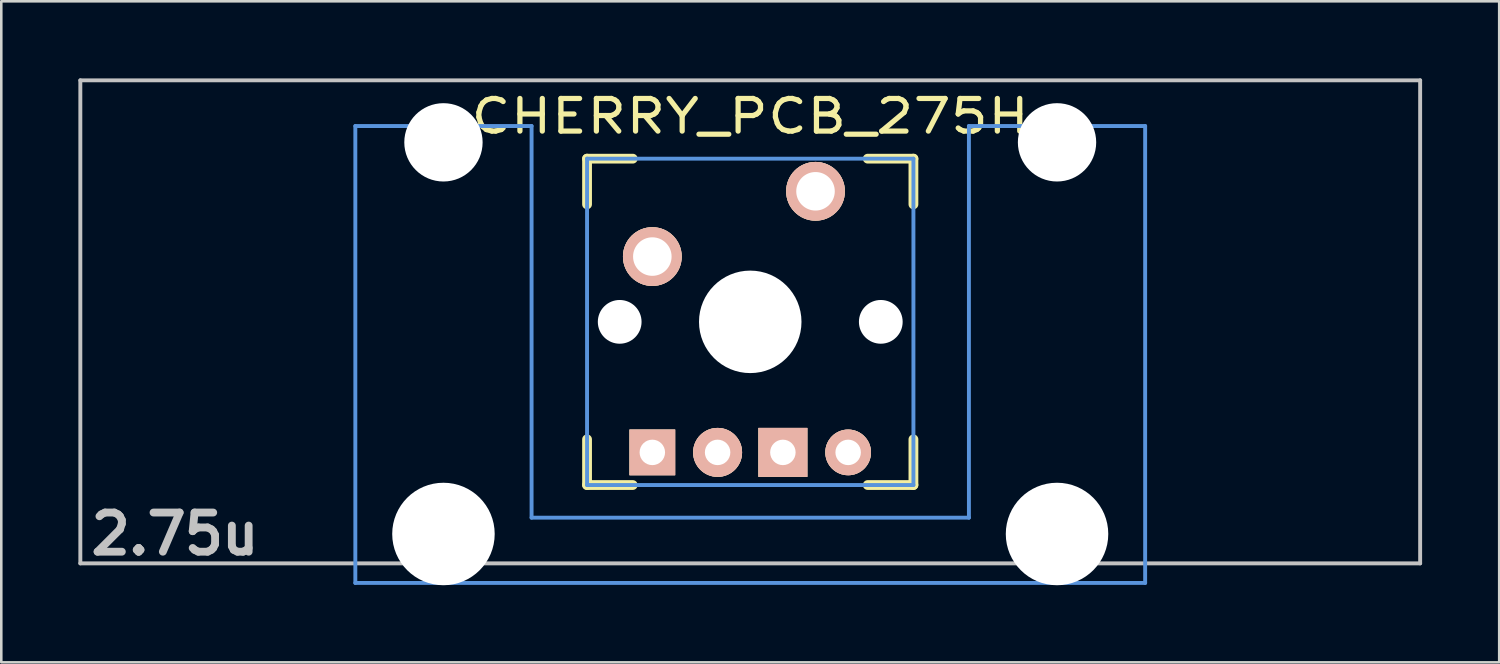
<source format=kicad_pcb>
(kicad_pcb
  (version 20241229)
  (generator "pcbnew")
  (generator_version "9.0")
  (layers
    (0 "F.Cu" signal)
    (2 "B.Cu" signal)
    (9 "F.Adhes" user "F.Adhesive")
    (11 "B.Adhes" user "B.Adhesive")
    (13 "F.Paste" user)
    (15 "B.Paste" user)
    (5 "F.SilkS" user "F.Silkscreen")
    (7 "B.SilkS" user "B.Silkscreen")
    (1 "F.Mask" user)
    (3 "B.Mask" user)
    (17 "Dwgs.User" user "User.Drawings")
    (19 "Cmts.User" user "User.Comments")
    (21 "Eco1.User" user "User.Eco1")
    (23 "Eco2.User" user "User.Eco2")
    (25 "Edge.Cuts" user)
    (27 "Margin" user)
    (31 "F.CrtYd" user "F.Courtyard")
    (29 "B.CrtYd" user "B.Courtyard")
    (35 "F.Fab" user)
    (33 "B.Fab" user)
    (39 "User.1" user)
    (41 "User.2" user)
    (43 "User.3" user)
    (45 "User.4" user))
  (footprint "CHERRY_PCB_275H"
    (layer "F.Cu")
    (at 26.144 9.474)
    (property "Reference" "CHERRY_PCB_275H" (at 0 -8 0) (layer "F.SilkS") (effects (font (size 1.27 1.524) (thickness 0.203))))
    (attr through_hole)
    (fp_line (start -6.35 -6.35) (end -4.572 -6.35) (stroke (width 0.381) (type solid)) (layer "F.SilkS"))
    (fp_line (start -6.35 -4.572) (end -6.35 -6.35) (stroke (width 0.381) (type solid)) (layer "F.SilkS"))
    (fp_line (start -6.35 6.35) (end -6.35 4.572) (stroke (width 0.381) (type solid)) (layer "F.SilkS"))
    (fp_line (start -4.572 6.35) (end -6.35 6.35) (stroke (width 0.381) (type solid)) (layer "F.SilkS"))
    (fp_line (start 4.572 -6.35) (end 6.35 -6.35) (stroke (width 0.381) (type solid)) (layer "F.SilkS"))
    (fp_line (start 6.35 -6.35) (end 6.35 -4.572) (stroke (width 0.381) (type solid)) (layer "F.SilkS"))
    (fp_line (start 6.35 4.572) (end 6.35 6.35) (stroke (width 0.381) (type solid)) (layer "F.SilkS"))
    (fp_line (start 6.35 6.35) (end 4.572 6.35) (stroke (width 0.381) (type solid)) (layer "F.SilkS"))
    (fp_line (start -26.068 -9.398) (end 26.068 -9.398) (stroke (width 0.152) (type solid)) (layer "Dwgs.User"))
    (fp_line (start -26.068 9.398) (end -26.068 -9.398) (stroke (width 0.152) (type solid)) (layer "Dwgs.User"))
    (fp_line (start 26.068 -9.398) (end 26.068 9.398) (stroke (width 0.152) (type solid)) (layer "Dwgs.User"))
    (fp_line (start 26.068 9.398) (end -26.068 9.398) (stroke (width 0.152) (type solid)) (layer "Dwgs.User"))
    (fp_line (start -15.367 -7.62) (end -15.367 10.16) (stroke (width 0.152) (type solid)) (layer "Cmts.User"))
    (fp_line (start -15.367 10.16) (end 15.367 10.16) (stroke (width 0.152) (type solid)) (layer "Cmts.User"))
    (fp_line (start -8.509 -7.62) (end -15.367 -7.62) (stroke (width 0.152) (type solid)) (layer "Cmts.User"))
    (fp_line (start -8.509 7.62) (end -8.509 -7.62) (stroke (width 0.152) (type solid)) (layer "Cmts.User"))
    (fp_line (start -6.35 -6.35) (end 6.35 -6.35) (stroke (width 0.152) (type solid)) (layer "Cmts.User"))
    (fp_line (start -6.35 6.35) (end -6.35 -6.35) (stroke (width 0.152) (type solid)) (layer "Cmts.User"))
    (fp_line (start 6.35 -6.35) (end 6.35 6.35) (stroke (width 0.152) (type solid)) (layer "Cmts.User"))
    (fp_line (start 6.35 6.35) (end -6.35 6.35) (stroke (width 0.152) (type solid)) (layer "Cmts.User"))
    (fp_line (start 8.509 -7.62) (end 8.509 7.62) (stroke (width 0.152) (type solid)) (layer "Cmts.User"))
    (fp_line (start 8.509 7.62) (end -8.509 7.62) (stroke (width 0.152) (type solid)) (layer "Cmts.User"))
    (fp_line (start 15.367 -7.62) (end 8.509 -7.62) (stroke (width 0.152) (type solid)) (layer "Cmts.User"))
    (fp_line (start 15.367 10.16) (end 15.367 -7.62) (stroke (width 0.152) (type solid)) (layer "Cmts.User"))
    (fp_line (start -16.129 -2.286) (end -15.265 -2.286) (stroke (width 0.152) (type solid)) (layer "Eco2.User"))
    (fp_line (start -16.129 0.508) (end -16.129 -2.286) (stroke (width 0.152) (type solid)) (layer "Eco2.User"))
    (fp_line (start -15.265 -5.69) (end -8.611 -5.69) (stroke (width 0.152) (type solid)) (layer "Eco2.User"))
    (fp_line (start -15.265 -2.286) (end -15.265 -5.69) (stroke (width 0.152) (type solid)) (layer "Eco2.User"))
    (fp_line (start -15.265 0.508) (end -16.129 0.508) (stroke (width 0.152) (type solid)) (layer "Eco2.User"))
    (fp_line (start -15.265 6.604) (end -15.265 0.508) (stroke (width 0.152) (type solid)) (layer "Eco2.User"))
    (fp_line (start -14.224 6.604) (end -15.265 6.604) (stroke (width 0.152) (type solid)) (layer "Eco2.User"))
    (fp_line (start -14.224 7.772) (end -14.224 6.604) (stroke (width 0.152) (type solid)) (layer "Eco2.User"))
    (fp_line (start -9.652 6.604) (end -9.652 7.772) (stroke (width 0.152) (type solid)) (layer "Eco2.User"))
    (fp_line (start -9.652 7.772) (end -14.224 7.772) (stroke (width 0.152) (type solid)) (layer "Eco2.User"))
    (fp_line (start -8.611 -5.69) (end -8.611 -4.877) (stroke (width 0.152) (type solid)) (layer "Eco2.User"))
    (fp_line (start -8.611 -4.877) (end -6.985 -4.877) (stroke (width 0.152) (type solid)) (layer "Eco2.User"))
    (fp_line (start -8.611 5.817) (end -8.611 6.604) (stroke (width 0.152) (type solid)) (layer "Eco2.User"))
    (fp_line (start -8.611 6.604) (end -9.652 6.604) (stroke (width 0.152) (type solid)) (layer "Eco2.User"))
    (fp_line (start -6.985 -6.985) (end 6.985 -6.985) (stroke (width 0.152) (type solid)) (layer "Eco2.User"))
    (fp_line (start -6.985 -4.877) (end -6.985 -6.985) (stroke (width 0.152) (type solid)) (layer "Eco2.User"))
    (fp_line (start -6.985 5.817) (end -8.611 5.817) (stroke (width 0.152) (type solid)) (layer "Eco2.User"))
    (fp_line (start -6.985 6.985) (end -6.985 5.817) (stroke (width 0.152) (type solid)) (layer "Eco2.User"))
    (fp_line (start 6.985 -6.985) (end 6.985 -4.877) (stroke (width 0.152) (type solid)) (layer "Eco2.User"))
    (fp_line (start 6.985 -4.877) (end 8.611 -4.877) (stroke (width 0.152) (type solid)) (layer "Eco2.User"))
    (fp_line (start 6.985 5.817) (end 6.985 6.985) (stroke (width 0.152) (type solid)) (layer "Eco2.User"))
    (fp_line (start 6.985 6.985) (end -6.985 6.985) (stroke (width 0.152) (type solid)) (layer "Eco2.User"))
    (fp_line (start 8.611 -5.69) (end 15.265 -5.69) (stroke (width 0.152) (type solid)) (layer "Eco2.User"))
    (fp_line (start 8.611 -4.877) (end 8.611 -5.69) (stroke (width 0.152) (type solid)) (layer "Eco2.User"))
    (fp_line (start 8.611 5.817) (end 6.985 5.817) (stroke (width 0.152) (type solid)) (layer "Eco2.User"))
    (fp_line (start 8.611 6.604) (end 8.611 5.817) (stroke (width 0.152) (type solid)) (layer "Eco2.User"))
    (fp_line (start 9.652 6.604) (end 8.611 6.604) (stroke (width 0.152) (type solid)) (layer "Eco2.User"))
    (fp_line (start 9.652 7.772) (end 9.652 6.604) (stroke (width 0.152) (type solid)) (layer "Eco2.User"))
    (fp_line (start 14.224 6.604) (end 14.224 7.772) (stroke (width 0.152) (type solid)) (layer "Eco2.User"))
    (fp_line (start 14.224 7.772) (end 9.652 7.772) (stroke (width 0.152) (type solid)) (layer "Eco2.User"))
    (fp_line (start 15.265 -5.69) (end 15.265 -2.286) (stroke (width 0.152) (type solid)) (layer "Eco2.User"))
    (fp_line (start 15.265 -2.286) (end 16.129 -2.286) (stroke (width 0.152) (type solid)) (layer "Eco2.User"))
    (fp_line (start 15.265 0.508) (end 15.265 6.604) (stroke (width 0.152) (type solid)) (layer "Eco2.User"))
    (fp_line (start 15.265 6.604) (end 14.224 6.604) (stroke (width 0.152) (type solid)) (layer "Eco2.User"))
    (fp_line (start 16.129 -2.286) (end 16.129 0.508) (stroke (width 0.152) (type solid)) (layer "Eco2.User"))
    (fp_line (start 16.129 0.508) (end 15.265 0.508) (stroke (width 0.152) (type solid)) (layer "Eco2.User"))
    (fp_text user "2.75u" (at -22.385 8.255 0) (layer "Dwgs.User") (effects (font (size 1.524 1.524) (thickness 0.305))))
    (pad "" np_thru_hole circle (at -11.938 -6.985) (size 3.048 3.048) (drill 3.048) (layers "*.Cu"))
    (pad "" np_thru_hole circle (at -11.938 8.255) (size 3.988 3.988) (drill 3.988) (layers "*.Cu"))
    (pad "" np_thru_hole circle (at -5.08 0) (size 1.702 1.702) (drill 1.702) (layers "*.Cu"))
    (pad "" np_thru_hole circle (at 0 0) (size 3.988 3.988) (drill 3.988) (layers "*.Cu"))
    (pad "" np_thru_hole circle (at 5.08 0) (size 1.702 1.702) (drill 1.702) (layers "*.Cu"))
    (pad "" np_thru_hole circle (at 11.938 -6.985) (size 3.048 3.048) (drill 3.048) (layers "*.Cu"))
    (pad "" np_thru_hole circle (at 11.938 8.255) (size 3.988 3.988) (drill 3.988) (layers "*.Cu"))
    (pad "1" thru_hole circle (at 2.54 -5.08) (size 2.286 2.286) (drill 1.499) (layers "*.Cu" "*.SilkS" "*.Mask"))
    (pad "2" thru_hole circle (at -3.81 -2.54) (size 2.286 2.286) (drill 1.499) (layers "*.Cu" "*.SilkS" "*.Mask"))
    (pad "3" thru_hole rect (at -3.81 5.08) (size 1.778 1.778) (drill 0.991) (layers "*.Cu" "*.SilkS" "*.Mask"))
    (pad "4" thru_hole circle (at 3.81 5.08) (size 1.778 1.778) (drill 0.991) (layers "*.Cu" "*.SilkS" "*.Mask"))
    (pad "5" thru_hole circle (at -1.27 5.08) (size 1.905 1.905) (drill 0.991) (layers "*.Cu" "*.SilkS" "*.Mask"))
    (pad "6" thru_hole rect (at 1.27 5.08) (size 1.905 1.905) (drill 0.991) (layers "*.Cu" "*.SilkS" "*.Mask")))
  (gr_rect
    (start -3 -3)
    (end 55.288 22.723)
    (stroke (width 0.1) (type default))
    (fill no)
    (layer "Edge.Cuts")))
</source>
